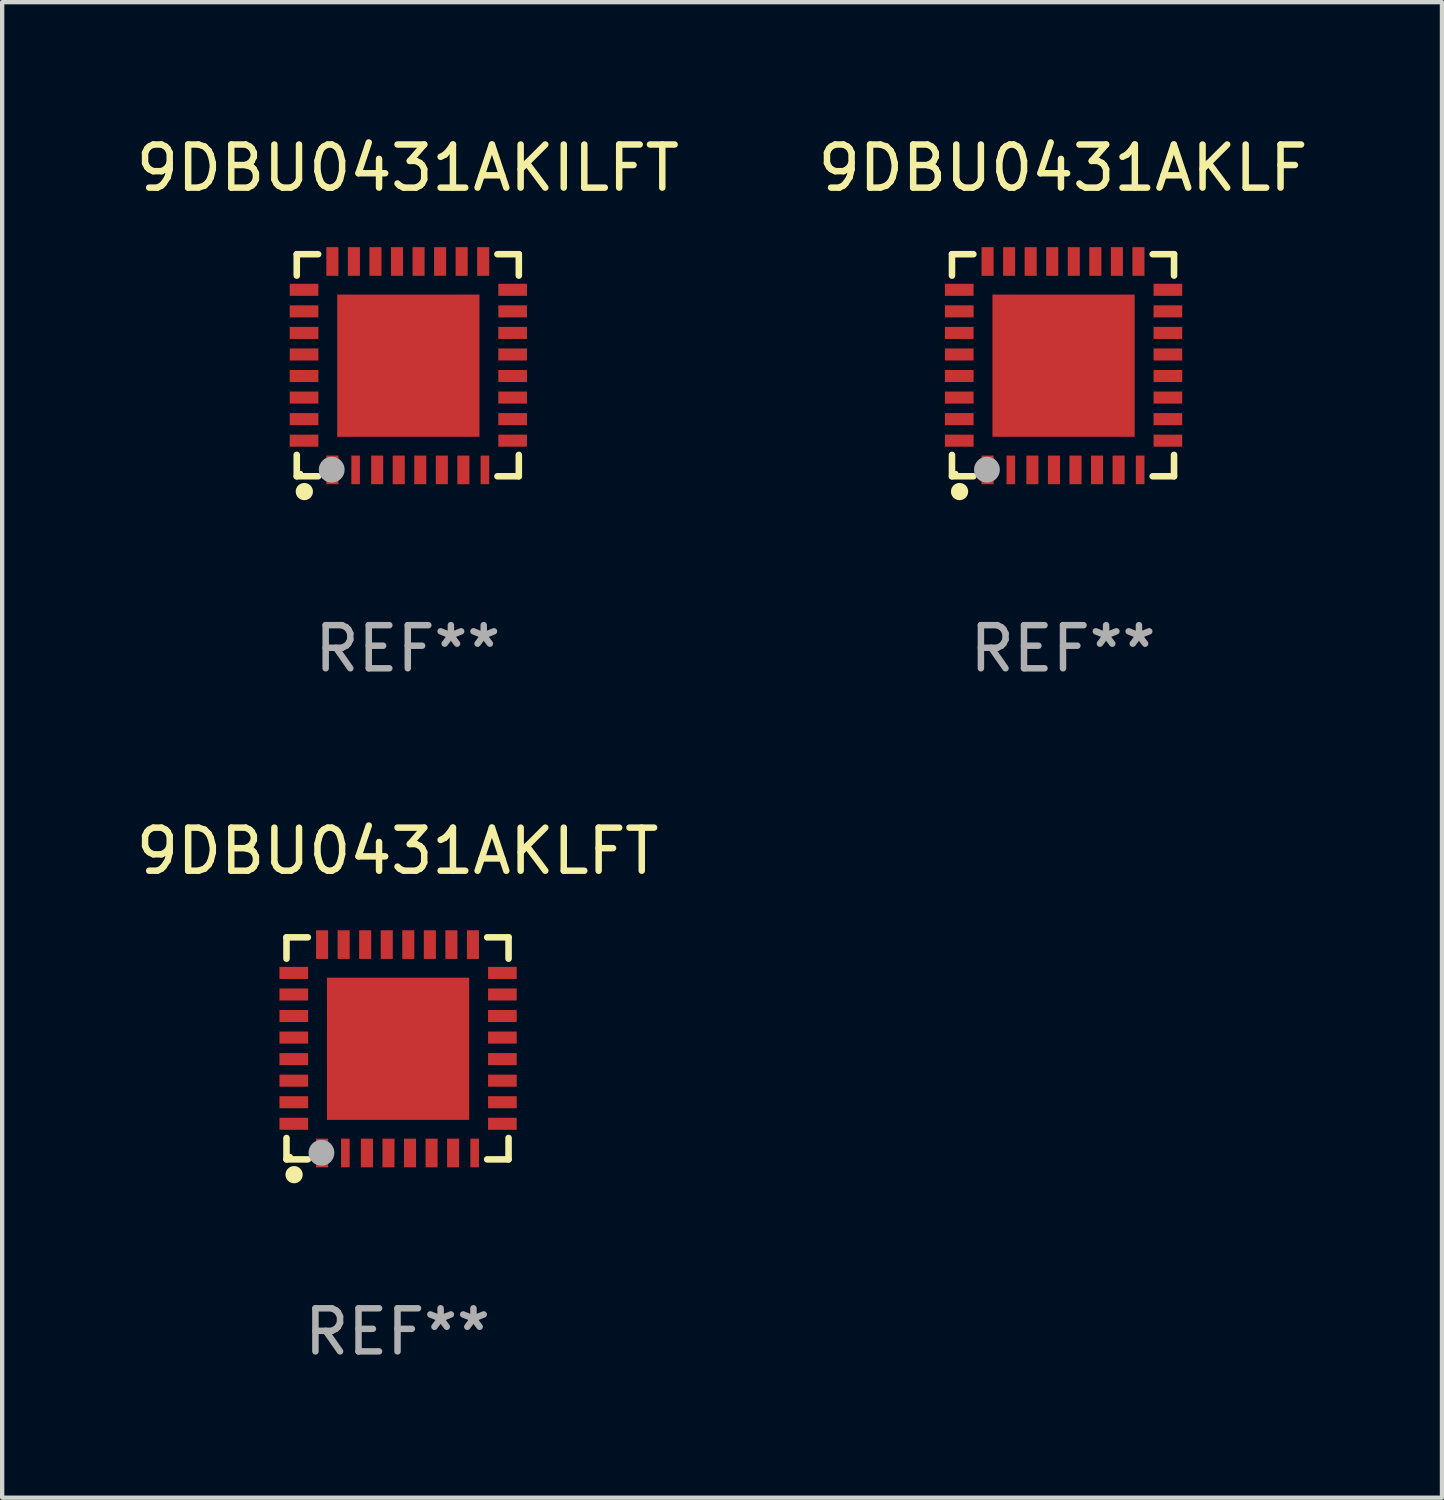
<source format=kicad_pcb>
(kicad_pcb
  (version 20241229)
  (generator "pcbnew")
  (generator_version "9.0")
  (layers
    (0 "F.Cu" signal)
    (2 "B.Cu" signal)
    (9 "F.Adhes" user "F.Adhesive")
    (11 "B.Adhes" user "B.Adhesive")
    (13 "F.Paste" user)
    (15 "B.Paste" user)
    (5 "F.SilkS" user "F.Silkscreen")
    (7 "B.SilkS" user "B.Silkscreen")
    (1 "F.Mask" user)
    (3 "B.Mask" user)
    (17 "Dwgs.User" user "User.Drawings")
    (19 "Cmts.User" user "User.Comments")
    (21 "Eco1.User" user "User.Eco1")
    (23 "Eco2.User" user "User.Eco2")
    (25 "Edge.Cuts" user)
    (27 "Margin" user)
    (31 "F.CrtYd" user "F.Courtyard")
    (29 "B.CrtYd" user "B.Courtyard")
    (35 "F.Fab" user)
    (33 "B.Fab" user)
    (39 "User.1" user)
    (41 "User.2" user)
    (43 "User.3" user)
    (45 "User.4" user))
  (footprint "9DBU0431AKILFT"
    (layer "F.Cu")
    (at 6.411 5.424)
    (property "Reference" "9DBU0431AKILFT" (at 0 -4.576 0) (layer "F.SilkS") (effects (font (size 1 1) (thickness 0.15))))
    (attr through_hole)
    (fp_line (start -2.576 -2.576) (end -2.576 -2.08) (stroke (width 0.152) (type solid)) (layer "F.SilkS"))
    (fp_line (start -2.576 2.576) (end -2.576 2.08) (stroke (width 0.152) (type solid)) (layer "F.SilkS"))
    (fp_line (start -2.08 -2.576) (end -2.576 -2.576) (stroke (width 0.152) (type solid)) (layer "F.SilkS"))
    (fp_line (start -2.08 2.576) (end -2.576 2.576) (stroke (width 0.152) (type solid)) (layer "F.SilkS"))
    (fp_line (start 2.08 -2.576) (end 2.576 -2.576) (stroke (width 0.152) (type solid)) (layer "F.SilkS"))
    (fp_line (start 2.08 2.576) (end 2.576 2.576) (stroke (width 0.152) (type solid)) (layer "F.SilkS"))
    (fp_line (start 2.576 -2.576) (end 2.576 -2.08) (stroke (width 0.152) (type solid)) (layer "F.SilkS"))
    (fp_line (start 2.576 2.576) (end 2.576 2.08) (stroke (width 0.152) (type solid)) (layer "F.SilkS"))
    (fp_circle (center -2.487 2.51) (end -2.457 2.51) (stroke (width 0.06) (type solid)) (fill no) (layer "F.SilkS"))
    (fp_circle (center -2.4 2.931) (end -2.3 2.931) (stroke (width 0.2) (type solid)) (fill no) (layer "F.SilkS"))
    (fp_circle (center -1.765 2.423) (end -1.615 2.423) (stroke (width 0.3) (type solid)) (fill no) (layer "F.Fab"))
    (fp_text user "REF**" (at 0 6.576 0) (layer "F.Fab") (effects (font (size 1 1) (thickness 0.15))))
    (pad "1" smd rect (at -1.75 2.428) (size 0.28 0.665) (layers "F.Cu" "F.Mask" "F.Paste"))
    (pad "2" smd rect (at -1.21 2.428) (size 0.2 0.665) (layers "F.Cu" "F.Mask" "F.Paste"))
    (pad "3" smd rect (at -0.71 2.428) (size 0.28 0.665) (layers "F.Cu" "F.Mask" "F.Paste"))
    (pad "4" smd rect (at -0.21 2.428) (size 0.28 0.665) (layers "F.Cu" "F.Mask" "F.Paste"))
    (pad "5" smd rect (at 0.29 2.428) (size 0.28 0.665) (layers "F.Cu" "F.Mask" "F.Paste"))
    (pad "6" smd rect (at 0.79 2.428) (size 0.28 0.665) (layers "F.Cu" "F.Mask" "F.Paste"))
    (pad "7" smd rect (at 1.29 2.428) (size 0.28 0.665) (layers "F.Cu" "F.Mask" "F.Paste"))
    (pad "8" smd rect (at 1.79 2.428) (size 0.2 0.665) (layers "F.Cu" "F.Mask" "F.Paste"))
    (pad "9" smd rect (at 2.433 1.75) (size 0.665 0.28) (layers "F.Cu" "F.Mask" "F.Paste"))
    (pad "10" smd rect (at 2.433 1.25) (size 0.665 0.28) (layers "F.Cu" "F.Mask" "F.Paste"))
    (pad "11" smd rect (at 2.433 0.75) (size 0.665 0.28) (layers "F.Cu" "F.Mask" "F.Paste"))
    (pad "12" smd rect (at 2.433 0.25) (size 0.665 0.28) (layers "F.Cu" "F.Mask" "F.Paste"))
    (pad "13" smd rect (at 2.433 -0.25) (size 0.665 0.28) (layers "F.Cu" "F.Mask" "F.Paste"))
    (pad "14" smd rect (at 2.433 -0.75) (size 0.665 0.28) (layers "F.Cu" "F.Mask" "F.Paste"))
    (pad "15" smd rect (at 2.433 -1.25) (size 0.665 0.28) (layers "F.Cu" "F.Mask" "F.Paste"))
    (pad "16" smd rect (at 2.433 -1.75) (size 0.665 0.28) (layers "F.Cu" "F.Mask" "F.Paste"))
    (pad "17" smd rect (at 1.75 -2.407) (size 0.28 0.665) (layers "F.Cu" "F.Mask" "F.Paste"))
    (pad "18" smd rect (at 1.25 -2.407) (size 0.28 0.665) (layers "F.Cu" "F.Mask" "F.Paste"))
    (pad "19" smd rect (at 0.75 -2.407) (size 0.28 0.665) (layers "F.Cu" "F.Mask" "F.Paste"))
    (pad "20" smd rect (at 0.25 -2.407) (size 0.28 0.665) (layers "F.Cu" "F.Mask" "F.Paste"))
    (pad "21" smd rect (at -0.25 -2.407) (size 0.28 0.665) (layers "F.Cu" "F.Mask" "F.Paste"))
    (pad "22" smd rect (at -0.75 -2.407) (size 0.28 0.665) (layers "F.Cu" "F.Mask" "F.Paste"))
    (pad "23" smd rect (at -1.25 -2.407) (size 0.28 0.665) (layers "F.Cu" "F.Mask" "F.Paste"))
    (pad "24" smd rect (at -1.75 -2.407) (size 0.28 0.665) (layers "F.Cu" "F.Mask" "F.Paste"))
    (pad "25" smd rect (at -2.407 -1.75) (size 0.665 0.28) (layers "F.Cu" "F.Mask" "F.Paste"))
    (pad "26" smd rect (at -2.407 -1.25) (size 0.665 0.28) (layers "F.Cu" "F.Mask" "F.Paste"))
    (pad "27" smd rect (at -2.407 -0.75) (size 0.665 0.28) (layers "F.Cu" "F.Mask" "F.Paste"))
    (pad "28" smd rect (at -2.407 -0.25) (size 0.665 0.28) (layers "F.Cu" "F.Mask" "F.Paste"))
    (pad "29" smd rect (at -2.407 0.25) (size 0.665 0.28) (layers "F.Cu" "F.Mask" "F.Paste"))
    (pad "30" smd rect (at -2.407 0.75) (size 0.665 0.28) (layers "F.Cu" "F.Mask" "F.Paste"))
    (pad "31" smd rect (at -2.407 1.25) (size 0.665 0.28) (layers "F.Cu" "F.Mask" "F.Paste"))
    (pad "32" smd rect (at -2.407 1.75) (size 0.665 0.28) (layers "F.Cu" "F.Mask" "F.Paste"))
    (pad "33" smd rect (at 0.013 0.01) (size 3.3 3.3) (layers "F.Cu" "F.Mask" "F.Paste")))
  (footprint "9DBU0431AKLF"
    (layer "F.Cu")
    (at 21.613 5.424)
    (property "Reference" "9DBU0431AKLF" (at 0 -4.576 0) (layer "F.SilkS") (effects (font (size 1 1) (thickness 0.15))))
    (attr through_hole)
    (fp_line (start -2.576 -2.576) (end -2.576 -2.08) (stroke (width 0.152) (type solid)) (layer "F.SilkS"))
    (fp_line (start -2.576 2.576) (end -2.576 2.08) (stroke (width 0.152) (type solid)) (layer "F.SilkS"))
    (fp_line (start -2.08 -2.576) (end -2.576 -2.576) (stroke (width 0.152) (type solid)) (layer "F.SilkS"))
    (fp_line (start -2.08 2.576) (end -2.576 2.576) (stroke (width 0.152) (type solid)) (layer "F.SilkS"))
    (fp_line (start 2.08 -2.576) (end 2.576 -2.576) (stroke (width 0.152) (type solid)) (layer "F.SilkS"))
    (fp_line (start 2.08 2.576) (end 2.576 2.576) (stroke (width 0.152) (type solid)) (layer "F.SilkS"))
    (fp_line (start 2.576 -2.576) (end 2.576 -2.08) (stroke (width 0.152) (type solid)) (layer "F.SilkS"))
    (fp_line (start 2.576 2.576) (end 2.576 2.08) (stroke (width 0.152) (type solid)) (layer "F.SilkS"))
    (fp_circle (center -2.487 2.51) (end -2.457 2.51) (stroke (width 0.06) (type solid)) (fill no) (layer "F.SilkS"))
    (fp_circle (center -2.4 2.931) (end -2.3 2.931) (stroke (width 0.2) (type solid)) (fill no) (layer "F.SilkS"))
    (fp_circle (center -1.765 2.423) (end -1.615 2.423) (stroke (width 0.3) (type solid)) (fill no) (layer "F.Fab"))
    (fp_text user "REF**" (at 0 6.576 0) (layer "F.Fab") (effects (font (size 1 1) (thickness 0.15))))
    (pad "1" smd rect (at -1.75 2.428) (size 0.28 0.665) (layers "F.Cu" "F.Mask" "F.Paste"))
    (pad "2" smd rect (at -1.21 2.428) (size 0.2 0.665) (layers "F.Cu" "F.Mask" "F.Paste"))
    (pad "3" smd rect (at -0.71 2.428) (size 0.28 0.665) (layers "F.Cu" "F.Mask" "F.Paste"))
    (pad "4" smd rect (at -0.21 2.428) (size 0.28 0.665) (layers "F.Cu" "F.Mask" "F.Paste"))
    (pad "5" smd rect (at 0.29 2.428) (size 0.28 0.665) (layers "F.Cu" "F.Mask" "F.Paste"))
    (pad "6" smd rect (at 0.79 2.428) (size 0.28 0.665) (layers "F.Cu" "F.Mask" "F.Paste"))
    (pad "7" smd rect (at 1.29 2.428) (size 0.28 0.665) (layers "F.Cu" "F.Mask" "F.Paste"))
    (pad "8" smd rect (at 1.79 2.428) (size 0.2 0.665) (layers "F.Cu" "F.Mask" "F.Paste"))
    (pad "9" smd rect (at 2.433 1.75) (size 0.665 0.28) (layers "F.Cu" "F.Mask" "F.Paste"))
    (pad "10" smd rect (at 2.433 1.25) (size 0.665 0.28) (layers "F.Cu" "F.Mask" "F.Paste"))
    (pad "11" smd rect (at 2.433 0.75) (size 0.665 0.28) (layers "F.Cu" "F.Mask" "F.Paste"))
    (pad "12" smd rect (at 2.433 0.25) (size 0.665 0.28) (layers "F.Cu" "F.Mask" "F.Paste"))
    (pad "13" smd rect (at 2.433 -0.25) (size 0.665 0.28) (layers "F.Cu" "F.Mask" "F.Paste"))
    (pad "14" smd rect (at 2.433 -0.75) (size 0.665 0.28) (layers "F.Cu" "F.Mask" "F.Paste"))
    (pad "15" smd rect (at 2.433 -1.25) (size 0.665 0.28) (layers "F.Cu" "F.Mask" "F.Paste"))
    (pad "16" smd rect (at 2.433 -1.75) (size 0.665 0.28) (layers "F.Cu" "F.Mask" "F.Paste"))
    (pad "17" smd rect (at 1.75 -2.407) (size 0.28 0.665) (layers "F.Cu" "F.Mask" "F.Paste"))
    (pad "18" smd rect (at 1.25 -2.407) (size 0.28 0.665) (layers "F.Cu" "F.Mask" "F.Paste"))
    (pad "19" smd rect (at 0.75 -2.407) (size 0.28 0.665) (layers "F.Cu" "F.Mask" "F.Paste"))
    (pad "20" smd rect (at 0.25 -2.407) (size 0.28 0.665) (layers "F.Cu" "F.Mask" "F.Paste"))
    (pad "21" smd rect (at -0.25 -2.407) (size 0.28 0.665) (layers "F.Cu" "F.Mask" "F.Paste"))
    (pad "22" smd rect (at -0.75 -2.407) (size 0.28 0.665) (layers "F.Cu" "F.Mask" "F.Paste"))
    (pad "23" smd rect (at -1.25 -2.407) (size 0.28 0.665) (layers "F.Cu" "F.Mask" "F.Paste"))
    (pad "24" smd rect (at -1.75 -2.407) (size 0.28 0.665) (layers "F.Cu" "F.Mask" "F.Paste"))
    (pad "25" smd rect (at -2.407 -1.75) (size 0.665 0.28) (layers "F.Cu" "F.Mask" "F.Paste"))
    (pad "26" smd rect (at -2.407 -1.25) (size 0.665 0.28) (layers "F.Cu" "F.Mask" "F.Paste"))
    (pad "27" smd rect (at -2.407 -0.75) (size 0.665 0.28) (layers "F.Cu" "F.Mask" "F.Paste"))
    (pad "28" smd rect (at -2.407 -0.25) (size 0.665 0.28) (layers "F.Cu" "F.Mask" "F.Paste"))
    (pad "29" smd rect (at -2.407 0.25) (size 0.665 0.28) (layers "F.Cu" "F.Mask" "F.Paste"))
    (pad "30" smd rect (at -2.407 0.75) (size 0.665 0.28) (layers "F.Cu" "F.Mask" "F.Paste"))
    (pad "31" smd rect (at -2.407 1.25) (size 0.665 0.28) (layers "F.Cu" "F.Mask" "F.Paste"))
    (pad "32" smd rect (at -2.407 1.75) (size 0.665 0.28) (layers "F.Cu" "F.Mask" "F.Paste"))
    (pad "33" smd rect (at 0.013 0.01) (size 3.3 3.3) (layers "F.Cu" "F.Mask" "F.Paste")))
  (footprint "9DBU0431AKLFT"
    (layer "F.Cu")
    (at 6.173 21.273)
    (property "Reference" "9DBU0431AKLFT" (at 0 -4.576 0) (layer "F.SilkS") (effects (font (size 1 1) (thickness 0.15))))
    (attr through_hole)
    (fp_line (start -2.576 -2.576) (end -2.576 -2.08) (stroke (width 0.152) (type solid)) (layer "F.SilkS"))
    (fp_line (start -2.576 2.576) (end -2.576 2.08) (stroke (width 0.152) (type solid)) (layer "F.SilkS"))
    (fp_line (start -2.08 -2.576) (end -2.576 -2.576) (stroke (width 0.152) (type solid)) (layer "F.SilkS"))
    (fp_line (start -2.08 2.576) (end -2.576 2.576) (stroke (width 0.152) (type solid)) (layer "F.SilkS"))
    (fp_line (start 2.08 -2.576) (end 2.576 -2.576) (stroke (width 0.152) (type solid)) (layer "F.SilkS"))
    (fp_line (start 2.08 2.576) (end 2.576 2.576) (stroke (width 0.152) (type solid)) (layer "F.SilkS"))
    (fp_line (start 2.576 -2.576) (end 2.576 -2.08) (stroke (width 0.152) (type solid)) (layer "F.SilkS"))
    (fp_line (start 2.576 2.576) (end 2.576 2.08) (stroke (width 0.152) (type solid)) (layer "F.SilkS"))
    (fp_circle (center -2.487 2.51) (end -2.457 2.51) (stroke (width 0.06) (type solid)) (fill no) (layer "F.SilkS"))
    (fp_circle (center -2.4 2.931) (end -2.3 2.931) (stroke (width 0.2) (type solid)) (fill no) (layer "F.SilkS"))
    (fp_circle (center -1.765 2.423) (end -1.615 2.423) (stroke (width 0.3) (type solid)) (fill no) (layer "F.Fab"))
    (fp_text user "REF**" (at 0 6.576 0) (layer "F.Fab") (effects (font (size 1 1) (thickness 0.15))))
    (pad "1" smd rect (at -1.75 2.428) (size 0.28 0.665) (layers "F.Cu" "F.Mask" "F.Paste"))
    (pad "2" smd rect (at -1.21 2.428) (size 0.2 0.665) (layers "F.Cu" "F.Mask" "F.Paste"))
    (pad "3" smd rect (at -0.71 2.428) (size 0.28 0.665) (layers "F.Cu" "F.Mask" "F.Paste"))
    (pad "4" smd rect (at -0.21 2.428) (size 0.28 0.665) (layers "F.Cu" "F.Mask" "F.Paste"))
    (pad "5" smd rect (at 0.29 2.428) (size 0.28 0.665) (layers "F.Cu" "F.Mask" "F.Paste"))
    (pad "6" smd rect (at 0.79 2.428) (size 0.28 0.665) (layers "F.Cu" "F.Mask" "F.Paste"))
    (pad "7" smd rect (at 1.29 2.428) (size 0.28 0.665) (layers "F.Cu" "F.Mask" "F.Paste"))
    (pad "8" smd rect (at 1.79 2.428) (size 0.2 0.665) (layers "F.Cu" "F.Mask" "F.Paste"))
    (pad "9" smd rect (at 2.433 1.75) (size 0.665 0.28) (layers "F.Cu" "F.Mask" "F.Paste"))
    (pad "10" smd rect (at 2.433 1.25) (size 0.665 0.28) (layers "F.Cu" "F.Mask" "F.Paste"))
    (pad "11" smd rect (at 2.433 0.75) (size 0.665 0.28) (layers "F.Cu" "F.Mask" "F.Paste"))
    (pad "12" smd rect (at 2.433 0.25) (size 0.665 0.28) (layers "F.Cu" "F.Mask" "F.Paste"))
    (pad "13" smd rect (at 2.433 -0.25) (size 0.665 0.28) (layers "F.Cu" "F.Mask" "F.Paste"))
    (pad "14" smd rect (at 2.433 -0.75) (size 0.665 0.28) (layers "F.Cu" "F.Mask" "F.Paste"))
    (pad "15" smd rect (at 2.433 -1.25) (size 0.665 0.28) (layers "F.Cu" "F.Mask" "F.Paste"))
    (pad "16" smd rect (at 2.433 -1.75) (size 0.665 0.28) (layers "F.Cu" "F.Mask" "F.Paste"))
    (pad "17" smd rect (at 1.75 -2.407) (size 0.28 0.665) (layers "F.Cu" "F.Mask" "F.Paste"))
    (pad "18" smd rect (at 1.25 -2.407) (size 0.28 0.665) (layers "F.Cu" "F.Mask" "F.Paste"))
    (pad "19" smd rect (at 0.75 -2.407) (size 0.28 0.665) (layers "F.Cu" "F.Mask" "F.Paste"))
    (pad "20" smd rect (at 0.25 -2.407) (size 0.28 0.665) (layers "F.Cu" "F.Mask" "F.Paste"))
    (pad "21" smd rect (at -0.25 -2.407) (size 0.28 0.665) (layers "F.Cu" "F.Mask" "F.Paste"))
    (pad "22" smd rect (at -0.75 -2.407) (size 0.28 0.665) (layers "F.Cu" "F.Mask" "F.Paste"))
    (pad "23" smd rect (at -1.25 -2.407) (size 0.28 0.665) (layers "F.Cu" "F.Mask" "F.Paste"))
    (pad "24" smd rect (at -1.75 -2.407) (size 0.28 0.665) (layers "F.Cu" "F.Mask" "F.Paste"))
    (pad "25" smd rect (at -2.407 -1.75) (size 0.665 0.28) (layers "F.Cu" "F.Mask" "F.Paste"))
    (pad "26" smd rect (at -2.407 -1.25) (size 0.665 0.28) (layers "F.Cu" "F.Mask" "F.Paste"))
    (pad "27" smd rect (at -2.407 -0.75) (size 0.665 0.28) (layers "F.Cu" "F.Mask" "F.Paste"))
    (pad "28" smd rect (at -2.407 -0.25) (size 0.665 0.28) (layers "F.Cu" "F.Mask" "F.Paste"))
    (pad "29" smd rect (at -2.407 0.25) (size 0.665 0.28) (layers "F.Cu" "F.Mask" "F.Paste"))
    (pad "30" smd rect (at -2.407 0.75) (size 0.665 0.28) (layers "F.Cu" "F.Mask" "F.Paste"))
    (pad "31" smd rect (at -2.407 1.25) (size 0.665 0.28) (layers "F.Cu" "F.Mask" "F.Paste"))
    (pad "32" smd rect (at -2.407 1.75) (size 0.665 0.28) (layers "F.Cu" "F.Mask" "F.Paste"))
    (pad "33" smd rect (at 0.013 0.01) (size 3.3 3.3) (layers "F.Cu" "F.Mask" "F.Paste")))
  (gr_rect
    (start -3 -3)
    (end 30.405 31.698)
    (stroke (width 0.1) (type default))
    (fill no)
    (layer "Edge.Cuts")))
</source>
